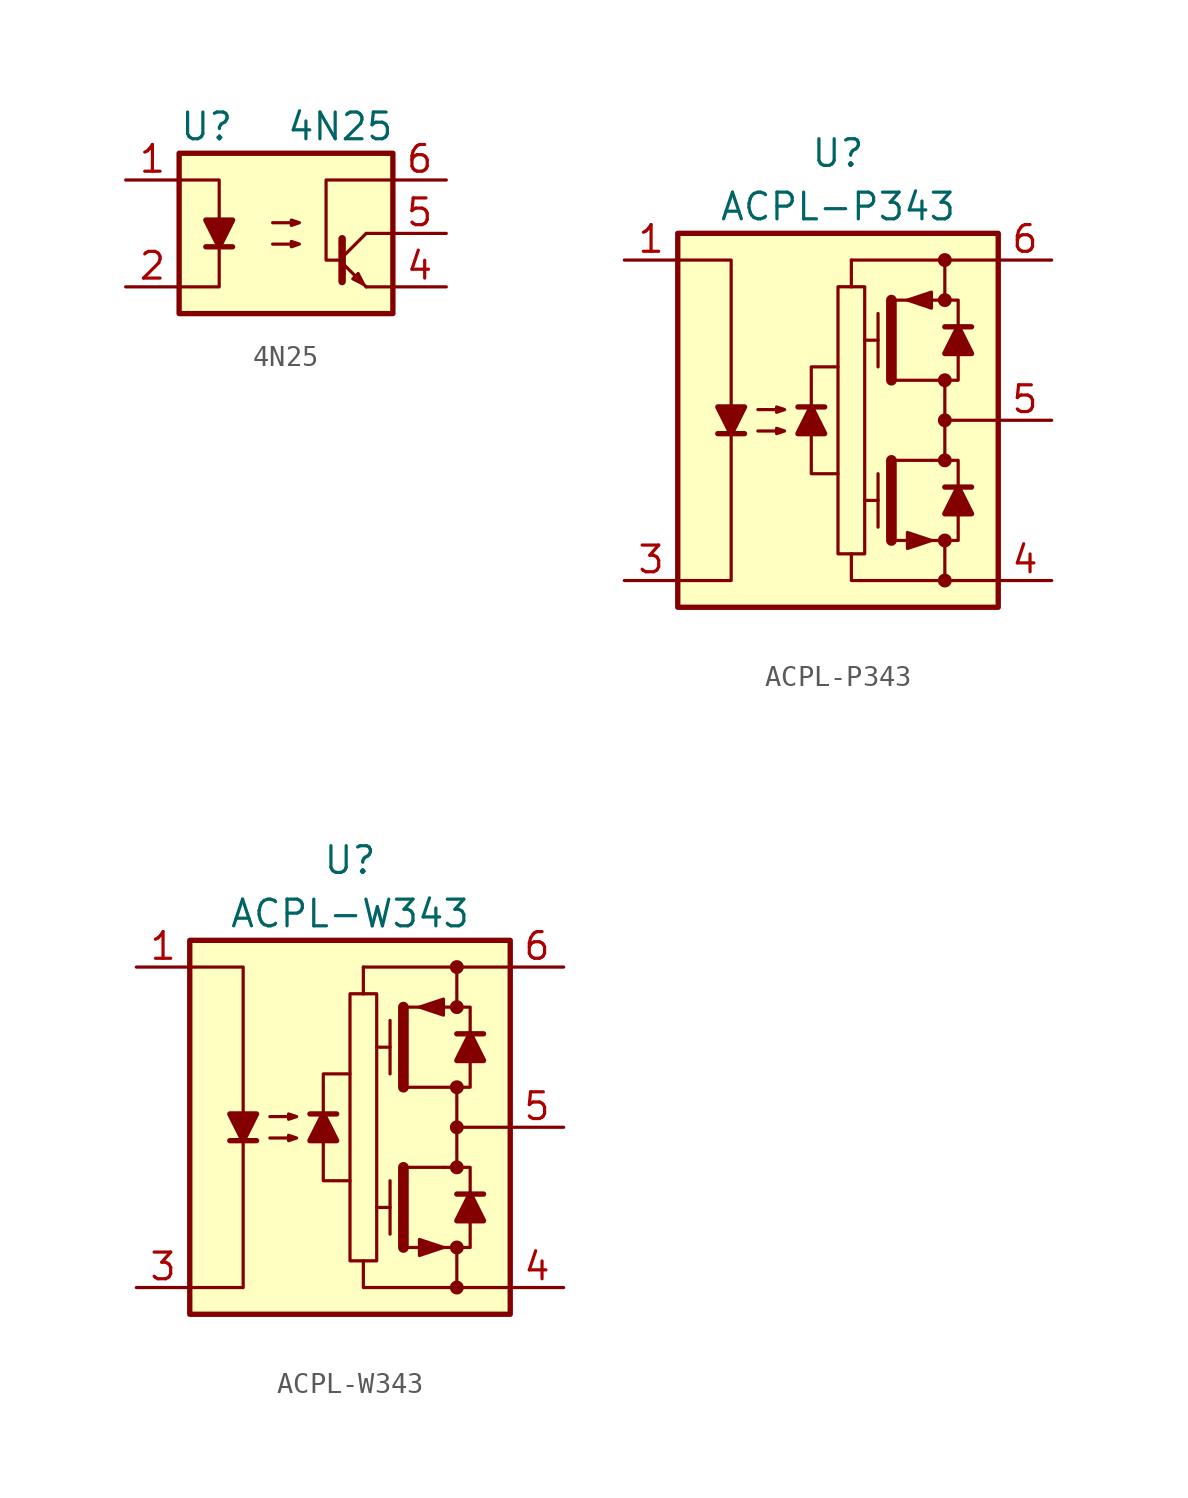
<source format=kicad_sym>
(kicad_symbol_lib
  (version 20211014)
  (generator kicad_symbol_editor)
  (symbol "4N25"
    (pin_names
      (offset 1.016))
    (property "Reference" "U"
      (at -5.08 5.08 0)
      (effects (font (size 1.27 1.27)) (justify left)))
    (property "Value" "4N25"
      (at 0 5.08 0)
      (effects (font (size 1.27 1.27)) (justify left)))
    (symbol "4N25_0_1"
      (rectangle (start -5.08 3.81) (end 5.08 -3.81) (stroke (width 0.254) (type default) (color 0 0 0 0)) (fill (type background)))
      (polyline (pts (xy -3.81 -0.635) (xy -2.54 -0.635)) (stroke (width 0.254) (type default) (color 0 0 0 0)) (fill (type none)))
      (polyline (pts (xy 2.667 -1.397) (xy 3.81 -2.54)) (stroke (width 0) (type default) (color 0 0 0 0)) (fill (type none)))
      (polyline (pts (xy 2.667 -1.143) (xy 3.81 0)) (stroke (width 0) (type default) (color 0 0 0 0)) (fill (type none)))
      (polyline (pts (xy 3.81 -2.54) (xy 5.08 -2.54)) (stroke (width 0) (type default) (color 0 0 0 0)) (fill (type none)))
      (polyline (pts (xy 3.81 0) (xy 5.08 0)) (stroke (width 0) (type default) (color 0 0 0 0)) (fill (type none)))
      (polyline (pts (xy 2.667 -0.254) (xy 2.667 -2.286) (xy 2.667 -2.286)) (stroke (width 0.356) (type default) (color 0 0 0 0)) (fill (type none)))
      (polyline (pts (xy -5.08 -2.54) (xy -3.175 -2.54) (xy -3.175 2.54) (xy -5.08 2.54)) (stroke (width 0) (type default) (color 0 0 0 0)) (fill (type none)))
      (polyline (pts (xy -3.175 -0.635) (xy -3.81 0.635) (xy -2.54 0.635) (xy -3.175 -0.635)) (stroke (width 0.254) (type default) (color 0 0 0 0)) (fill (type outline)))
      (polyline (pts (xy 3.683 -2.413) (xy 3.429 -1.905) (xy 3.175 -2.159) (xy 3.683 -2.413)) (stroke (width 0) (type default) (color 0 0 0 0)) (fill (type none)))
      (polyline (pts (xy 5.08 2.54) (xy 1.905 2.54) (xy 1.905 -1.27) (xy 2.54 -1.27)) (stroke (width 0) (type default) (color 0 0 0 0)) (fill (type none)))
      (polyline (pts (xy -0.635 -0.508) (xy 0.635 -0.508) (xy 0.254 -0.635) (xy 0.254 -0.381) (xy 0.635 -0.508)) (stroke (width 0) (type default) (color 0 0 0 0)) (fill (type none)))
      (polyline (pts (xy -0.635 0.508) (xy 0.635 0.508) (xy 0.254 0.381) (xy 0.254 0.635) (xy 0.635 0.508)) (stroke (width 0) (type default) (color 0 0 0 0)) (fill (type none))))
    (symbol "4N25_1_1"
      (pin passive line (at -7.62 2.54 0) (length 2.54) (name "~" (effects (font (size 1.27 1.27)))) (number "1" (effects (font (size 1.27 1.27)))))
      (pin passive line (at -7.62 -2.54 0) (length 2.54) (name "~" (effects (font (size 1.27 1.27)))) (number "2" (effects (font (size 1.27 1.27)))))
      (pin no_connect line (at -7.62 0 0) (length 2.54) hide (name "NC" (effects (font (size 1.27 1.27)))) (number "3" (effects (font (size 1.27 1.27)))))
      (pin passive line (at 7.62 -2.54 180) (length 2.54) (name "~" (effects (font (size 1.27 1.27)))) (number "4" (effects (font (size 1.27 1.27)))))
      (pin passive line (at 7.62 0 180) (length 2.54) (name "~" (effects (font (size 1.27 1.27)))) (number "5" (effects (font (size 1.27 1.27)))))
      (pin passive line (at 7.62 2.54 180) (length 2.54) (name "~" (effects (font (size 1.27 1.27)))) (number "6" (effects (font (size 1.27 1.27)))))))
  (symbol "ACPL-P343"
    (pin_names
      (offset 0) hide)
    (property "Reference" "U"
      (at 0 12.7 0)
      (effects (font (size 1.27 1.27))))
    (property "Value" "ACPL-P343"
      (at 0 10.16 0)
      (effects (font (size 1.27 1.27))))
    (symbol "ACPL-P343_0_1"
      (rectangle (start -7.62 8.89) (end 7.62 -8.89) (stroke (width 0.254) (type default) (color 0 0 0 0)) (fill (type background)))
      (polyline (pts (xy -5.715 -0.635) (xy -4.445 -0.635)) (stroke (width 0.254) (type default) (color 0 0 0 0)) (fill (type none)))
      (polyline (pts (xy -0.635 0.635) (xy -1.905 0.635)) (stroke (width 0.254) (type default) (color 0 0 0 0)) (fill (type none)))
      (polyline (pts (xy 1.27 -3.81) (xy 1.905 -3.81)) (stroke (width 0) (type default) (color 0 0 0 0)) (fill (type none)))
      (polyline (pts (xy 1.27 3.81) (xy 1.905 3.81)) (stroke (width 0) (type default) (color 0 0 0 0)) (fill (type none)))
      (polyline (pts (xy 1.905 -5.08) (xy 1.905 -2.54)) (stroke (width 0) (type default) (color 0 0 0 0)) (fill (type none)))
      (polyline (pts (xy 1.905 2.54) (xy 1.905 5.08)) (stroke (width 0) (type default) (color 0 0 0 0)) (fill (type none)))
      (polyline (pts (xy 2.54 -5.715) (xy 2.54 -1.905)) (stroke (width 0.508) (type default) (color 0 0 0 0)) (fill (type none)))
      (polyline (pts (xy 2.54 1.905) (xy 2.54 5.715)) (stroke (width 0.508) (type default) (color 0 0 0 0)) (fill (type none)))
      (polyline (pts (xy 4.445 -1.905) (xy 2.54 -1.905)) (stroke (width 0) (type default) (color 0 0 0 0)) (fill (type none)))
      (polyline (pts (xy 4.445 5.715) (xy 2.54 5.715)) (stroke (width 0) (type default) (color 0 0 0 0)) (fill (type none)))
      (polyline (pts (xy 5.08 -5.715) (xy 5.08 -7.62)) (stroke (width 0) (type default) (color 0 0 0 0)) (fill (type none)))
      (polyline (pts (xy 5.08 0) (xy 7.62 0)) (stroke (width 0) (type default) (color 0 0 0 0)) (fill (type none)))
      (polyline (pts (xy 5.08 1.905) (xy 5.08 -1.905)) (stroke (width 0) (type default) (color 0 0 0 0)) (fill (type none)))
      (polyline (pts (xy 5.08 7.62) (xy 5.08 5.715)) (stroke (width 0) (type default) (color 0 0 0 0)) (fill (type none)))
      (polyline (pts (xy 6.35 -3.175) (xy 5.08 -3.175)) (stroke (width 0.254) (type default) (color 0 0 0 0)) (fill (type none)))
      (polyline (pts (xy 6.35 4.445) (xy 5.08 4.445)) (stroke (width 0.254) (type default) (color 0 0 0 0)) (fill (type none)))
      (polyline (pts (xy 7.62 7.62) (xy 0.635 7.62)) (stroke (width 0) (type default) (color 0 0 0 0)) (fill (type none)))
      (polyline (pts (xy -1.27 -0.635) (xy -1.27 -2.54) (xy 0 -2.54)) (stroke (width 0) (type default) (color 0 0 0 0)) (fill (type none)))
      (polyline (pts (xy -1.27 0.635) (xy -1.27 2.54) (xy 0 2.54)) (stroke (width 0) (type default) (color 0 0 0 0)) (fill (type none)))
      (polyline (pts (xy 0.635 -6.35) (xy 0.635 -7.62) (xy 7.62 -7.62)) (stroke (width 0) (type default) (color 0 0 0 0)) (fill (type none)))
      (polyline (pts (xy 4.445 -1.905) (xy 5.715 -1.905) (xy 5.715 -3.175)) (stroke (width 0) (type default) (color 0 0 0 0)) (fill (type none)))
      (polyline (pts (xy 4.445 5.715) (xy 5.715 5.715) (xy 5.715 4.445)) (stroke (width 0) (type default) (color 0 0 0 0)) (fill (type none)))
      (polyline (pts (xy 5.715 -4.445) (xy 5.715 -5.715) (xy 2.54 -5.715)) (stroke (width 0) (type default) (color 0 0 0 0)) (fill (type none)))
      (polyline (pts (xy 5.715 3.175) (xy 5.715 1.905) (xy 2.54 1.905)) (stroke (width 0) (type default) (color 0 0 0 0)) (fill (type none)))
      (polyline (pts (xy -7.62 7.62) (xy -5.08 7.62) (xy -5.08 -7.62) (xy -7.62 -7.62)) (stroke (width 0) (type default) (color 0 0 0 0)) (fill (type none)))
      (polyline (pts (xy -5.08 -0.635) (xy -5.715 0.635) (xy -4.445 0.635) (xy -5.08 -0.635)) (stroke (width 0.254) (type default) (color 0 0 0 0)) (fill (type outline)))
      (polyline (pts (xy -1.27 0.635) (xy -0.635 -0.635) (xy -1.905 -0.635) (xy -1.27 0.635)) (stroke (width 0.254) (type default) (color 0 0 0 0)) (fill (type outline)))
      (polyline (pts (xy 3.302 5.715) (xy 4.445 6.096) (xy 4.445 5.334) (xy 3.302 5.715)) (stroke (width 0) (type default) (color 0 0 0 0)) (fill (type outline)))
      (polyline (pts (xy 4.445 -5.715) (xy 3.302 -5.334) (xy 3.302 -6.096) (xy 4.445 -5.715)) (stroke (width 0) (type default) (color 0 0 0 0)) (fill (type outline)))
      (polyline (pts (xy 5.715 -3.175) (xy 6.35 -4.445) (xy 5.08 -4.445) (xy 5.715 -3.175)) (stroke (width 0.254) (type default) (color 0 0 0 0)) (fill (type outline)))
      (polyline (pts (xy 5.715 4.445) (xy 6.35 3.175) (xy 5.08 3.175) (xy 5.715 4.445)) (stroke (width 0.254) (type default) (color 0 0 0 0)) (fill (type outline)))
      (polyline (pts (xy -3.81 -0.508) (xy -2.54 -0.508) (xy -2.921 -0.635) (xy -2.921 -0.381) (xy -2.54 -0.508)) (stroke (width 0) (type default) (color 0 0 0 0)) (fill (type none)))
      (polyline (pts (xy -3.81 0.508) (xy -2.54 0.508) (xy -2.921 0.381) (xy -2.921 0.635) (xy -2.54 0.508)) (stroke (width 0) (type default) (color 0 0 0 0)) (fill (type none)))
      (polyline (pts (xy 1.27 6.35) (xy 1.27 -6.35) (xy 0 -6.35) (xy 0 6.35) (xy 1.27 6.35)) (stroke (width 0) (type default) (color 0 0 0 0)) (fill (type none)))
      (rectangle (start 0.635 6.35) (end 0.635 6.35) (stroke (width 0) (type default) (color 0 0 0 0)) (fill (type none)))
      (rectangle (start 0.635 6.35) (end 0.635 7.62) (stroke (width 0) (type default) (color 0 0 0 0)) (fill (type none)))
      (circle (center 5.08 -7.62) (radius 0.254) (stroke (width 0) (type default) (color 0 0 0 0)) (fill (type outline)))
      (circle (center 5.08 -5.715) (radius 0.254) (stroke (width 0) (type default) (color 0 0 0 0)) (fill (type outline)))
      (circle (center 5.08 -1.905) (radius 0.254) (stroke (width 0) (type default) (color 0 0 0 0)) (fill (type outline)))
      (circle (center 5.08 0) (radius 0.254) (stroke (width 0) (type default) (color 0 0 0 0)) (fill (type outline)))
      (circle (center 5.08 1.905) (radius 0.254) (stroke (width 0) (type default) (color 0 0 0 0)) (fill (type outline)))
      (circle (center 5.08 5.715) (radius 0.254) (stroke (width 0) (type default) (color 0 0 0 0)) (fill (type outline)))
      (circle (center 5.08 7.62) (radius 0.254) (stroke (width 0) (type default) (color 0 0 0 0)) (fill (type outline))))
    (symbol "ACPL-P343_1_1"
      (pin passive line (at -10.16 7.62 0) (length 2.54) (name "A" (effects (font (size 1.27 1.27)))) (number "1" (effects (font (size 1.27 1.27)))))
      (pin no_connect line (at -10.16 0 0) (length 2.54) hide (name "NC" (effects (font (size 1.27 1.27)))) (number "2" (effects (font (size 1.27 1.27)))))
      (pin passive line (at -10.16 -7.62 0) (length 2.54) (name "C" (effects (font (size 1.27 1.27)))) (number "3" (effects (font (size 1.27 1.27)))))
      (pin power_out line (at 10.16 -7.62 180) (length 2.54) (name "VEE" (effects (font (size 1.27 1.27)))) (number "4" (effects (font (size 1.27 1.27)))))
      (pin passive line (at 10.16 0 180) (length 2.54) (name "VO" (effects (font (size 1.27 1.27)))) (number "5" (effects (font (size 1.27 1.27)))))
      (pin power_in line (at 10.16 7.62 180) (length 2.54) (name "VCC" (effects (font (size 1.27 1.27)))) (number "6" (effects (font (size 1.27 1.27)))))))
  (symbol "ACPL-W343"
    (pin_names
      (offset 0) hide)
    (property "Reference" "U"
      (at 0 12.7 0)
      (effects (font (size 1.27 1.27))))
    (property "Value" "ACPL-W343"
      (at 0 10.16 0)
      (effects (font (size 1.27 1.27))))
    (symbol "ACPL-W343_0_1"
      (rectangle (start -7.62 8.89) (end 7.62 -8.89) (stroke (width 0.254) (type default) (color 0 0 0 0)) (fill (type background)))
      (polyline (pts (xy -5.715 -0.635) (xy -4.445 -0.635)) (stroke (width 0.254) (type default) (color 0 0 0 0)) (fill (type none)))
      (polyline (pts (xy -0.635 0.635) (xy -1.905 0.635)) (stroke (width 0.254) (type default) (color 0 0 0 0)) (fill (type none)))
      (polyline (pts (xy 1.27 -3.81) (xy 1.905 -3.81)) (stroke (width 0) (type default) (color 0 0 0 0)) (fill (type none)))
      (polyline (pts (xy 1.27 3.81) (xy 1.905 3.81)) (stroke (width 0) (type default) (color 0 0 0 0)) (fill (type none)))
      (polyline (pts (xy 1.905 -5.08) (xy 1.905 -2.54)) (stroke (width 0) (type default) (color 0 0 0 0)) (fill (type none)))
      (polyline (pts (xy 1.905 2.54) (xy 1.905 5.08)) (stroke (width 0) (type default) (color 0 0 0 0)) (fill (type none)))
      (polyline (pts (xy 2.54 -5.715) (xy 2.54 -1.905)) (stroke (width 0.508) (type default) (color 0 0 0 0)) (fill (type none)))
      (polyline (pts (xy 2.54 1.905) (xy 2.54 5.715)) (stroke (width 0.508) (type default) (color 0 0 0 0)) (fill (type none)))
      (polyline (pts (xy 4.445 -1.905) (xy 2.54 -1.905)) (stroke (width 0) (type default) (color 0 0 0 0)) (fill (type none)))
      (polyline (pts (xy 4.445 5.715) (xy 2.54 5.715)) (stroke (width 0) (type default) (color 0 0 0 0)) (fill (type none)))
      (polyline (pts (xy 5.08 -5.715) (xy 5.08 -7.62)) (stroke (width 0) (type default) (color 0 0 0 0)) (fill (type none)))
      (polyline (pts (xy 5.08 0) (xy 7.62 0)) (stroke (width 0) (type default) (color 0 0 0 0)) (fill (type none)))
      (polyline (pts (xy 5.08 1.905) (xy 5.08 -1.905)) (stroke (width 0) (type default) (color 0 0 0 0)) (fill (type none)))
      (polyline (pts (xy 5.08 7.62) (xy 5.08 5.715)) (stroke (width 0) (type default) (color 0 0 0 0)) (fill (type none)))
      (polyline (pts (xy 6.35 -3.175) (xy 5.08 -3.175)) (stroke (width 0.254) (type default) (color 0 0 0 0)) (fill (type none)))
      (polyline (pts (xy 6.35 4.445) (xy 5.08 4.445)) (stroke (width 0.254) (type default) (color 0 0 0 0)) (fill (type none)))
      (polyline (pts (xy 7.62 7.62) (xy 0.635 7.62)) (stroke (width 0) (type default) (color 0 0 0 0)) (fill (type none)))
      (polyline (pts (xy -1.27 -0.635) (xy -1.27 -2.54) (xy 0 -2.54)) (stroke (width 0) (type default) (color 0 0 0 0)) (fill (type none)))
      (polyline (pts (xy -1.27 0.635) (xy -1.27 2.54) (xy 0 2.54)) (stroke (width 0) (type default) (color 0 0 0 0)) (fill (type none)))
      (polyline (pts (xy 0.635 -6.35) (xy 0.635 -7.62) (xy 7.62 -7.62)) (stroke (width 0) (type default) (color 0 0 0 0)) (fill (type none)))
      (polyline (pts (xy 4.445 -1.905) (xy 5.715 -1.905) (xy 5.715 -3.175)) (stroke (width 0) (type default) (color 0 0 0 0)) (fill (type none)))
      (polyline (pts (xy 4.445 5.715) (xy 5.715 5.715) (xy 5.715 4.445)) (stroke (width 0) (type default) (color 0 0 0 0)) (fill (type none)))
      (polyline (pts (xy 5.715 -4.445) (xy 5.715 -5.715) (xy 2.54 -5.715)) (stroke (width 0) (type default) (color 0 0 0 0)) (fill (type none)))
      (polyline (pts (xy 5.715 3.175) (xy 5.715 1.905) (xy 2.54 1.905)) (stroke (width 0) (type default) (color 0 0 0 0)) (fill (type none)))
      (polyline (pts (xy -7.62 7.62) (xy -5.08 7.62) (xy -5.08 -7.62) (xy -7.62 -7.62)) (stroke (width 0) (type default) (color 0 0 0 0)) (fill (type none)))
      (polyline (pts (xy -5.08 -0.635) (xy -5.715 0.635) (xy -4.445 0.635) (xy -5.08 -0.635)) (stroke (width 0.254) (type default) (color 0 0 0 0)) (fill (type outline)))
      (polyline (pts (xy -1.27 0.635) (xy -0.635 -0.635) (xy -1.905 -0.635) (xy -1.27 0.635)) (stroke (width 0.254) (type default) (color 0 0 0 0)) (fill (type outline)))
      (polyline (pts (xy 3.302 5.715) (xy 4.445 6.096) (xy 4.445 5.334) (xy 3.302 5.715)) (stroke (width 0) (type default) (color 0 0 0 0)) (fill (type outline)))
      (polyline (pts (xy 4.445 -5.715) (xy 3.302 -5.334) (xy 3.302 -6.096) (xy 4.445 -5.715)) (stroke (width 0) (type default) (color 0 0 0 0)) (fill (type outline)))
      (polyline (pts (xy 5.715 -3.175) (xy 6.35 -4.445) (xy 5.08 -4.445) (xy 5.715 -3.175)) (stroke (width 0.254) (type default) (color 0 0 0 0)) (fill (type outline)))
      (polyline (pts (xy 5.715 4.445) (xy 6.35 3.175) (xy 5.08 3.175) (xy 5.715 4.445)) (stroke (width 0.254) (type default) (color 0 0 0 0)) (fill (type outline)))
      (polyline (pts (xy -3.81 -0.508) (xy -2.54 -0.508) (xy -2.921 -0.635) (xy -2.921 -0.381) (xy -2.54 -0.508)) (stroke (width 0) (type default) (color 0 0 0 0)) (fill (type none)))
      (polyline (pts (xy -3.81 0.508) (xy -2.54 0.508) (xy -2.921 0.381) (xy -2.921 0.635) (xy -2.54 0.508)) (stroke (width 0) (type default) (color 0 0 0 0)) (fill (type none)))
      (polyline (pts (xy 1.27 6.35) (xy 1.27 -6.35) (xy 0 -6.35) (xy 0 6.35) (xy 1.27 6.35)) (stroke (width 0) (type default) (color 0 0 0 0)) (fill (type none)))
      (rectangle (start 0.635 6.35) (end 0.635 6.35) (stroke (width 0) (type default) (color 0 0 0 0)) (fill (type none)))
      (rectangle (start 0.635 6.35) (end 0.635 7.62) (stroke (width 0) (type default) (color 0 0 0 0)) (fill (type none)))
      (circle (center 5.08 -7.62) (radius 0.254) (stroke (width 0) (type default) (color 0 0 0 0)) (fill (type outline)))
      (circle (center 5.08 -5.715) (radius 0.254) (stroke (width 0) (type default) (color 0 0 0 0)) (fill (type outline)))
      (circle (center 5.08 -1.905) (radius 0.254) (stroke (width 0) (type default) (color 0 0 0 0)) (fill (type outline)))
      (circle (center 5.08 0) (radius 0.254) (stroke (width 0) (type default) (color 0 0 0 0)) (fill (type outline)))
      (circle (center 5.08 1.905) (radius 0.254) (stroke (width 0) (type default) (color 0 0 0 0)) (fill (type outline)))
      (circle (center 5.08 5.715) (radius 0.254) (stroke (width 0) (type default) (color 0 0 0 0)) (fill (type outline)))
      (circle (center 5.08 7.62) (radius 0.254) (stroke (width 0) (type default) (color 0 0 0 0)) (fill (type outline))))
    (symbol "ACPL-W343_1_1"
      (pin passive line (at -10.16 7.62 0) (length 2.54) (name "A" (effects (font (size 1.27 1.27)))) (number "1" (effects (font (size 1.27 1.27)))))
      (pin no_connect line (at -10.16 0 0) (length 2.54) hide (name "NC" (effects (font (size 1.27 1.27)))) (number "2" (effects (font (size 1.27 1.27)))))
      (pin passive line (at -10.16 -7.62 0) (length 2.54) (name "C" (effects (font (size 1.27 1.27)))) (number "3" (effects (font (size 1.27 1.27)))))
      (pin power_out line (at 10.16 -7.62 180) (length 2.54) (name "VEE" (effects (font (size 1.27 1.27)))) (number "4" (effects (font (size 1.27 1.27)))))
      (pin passive line (at 10.16 0 180) (length 2.54) (name "VO" (effects (font (size 1.27 1.27)))) (number "5" (effects (font (size 1.27 1.27)))))
      (pin power_in line (at 10.16 7.62 180) (length 2.54) (name "VCC" (effects (font (size 1.27 1.27)))) (number "6" (effects (font (size 1.27 1.27))))))))
</source>
